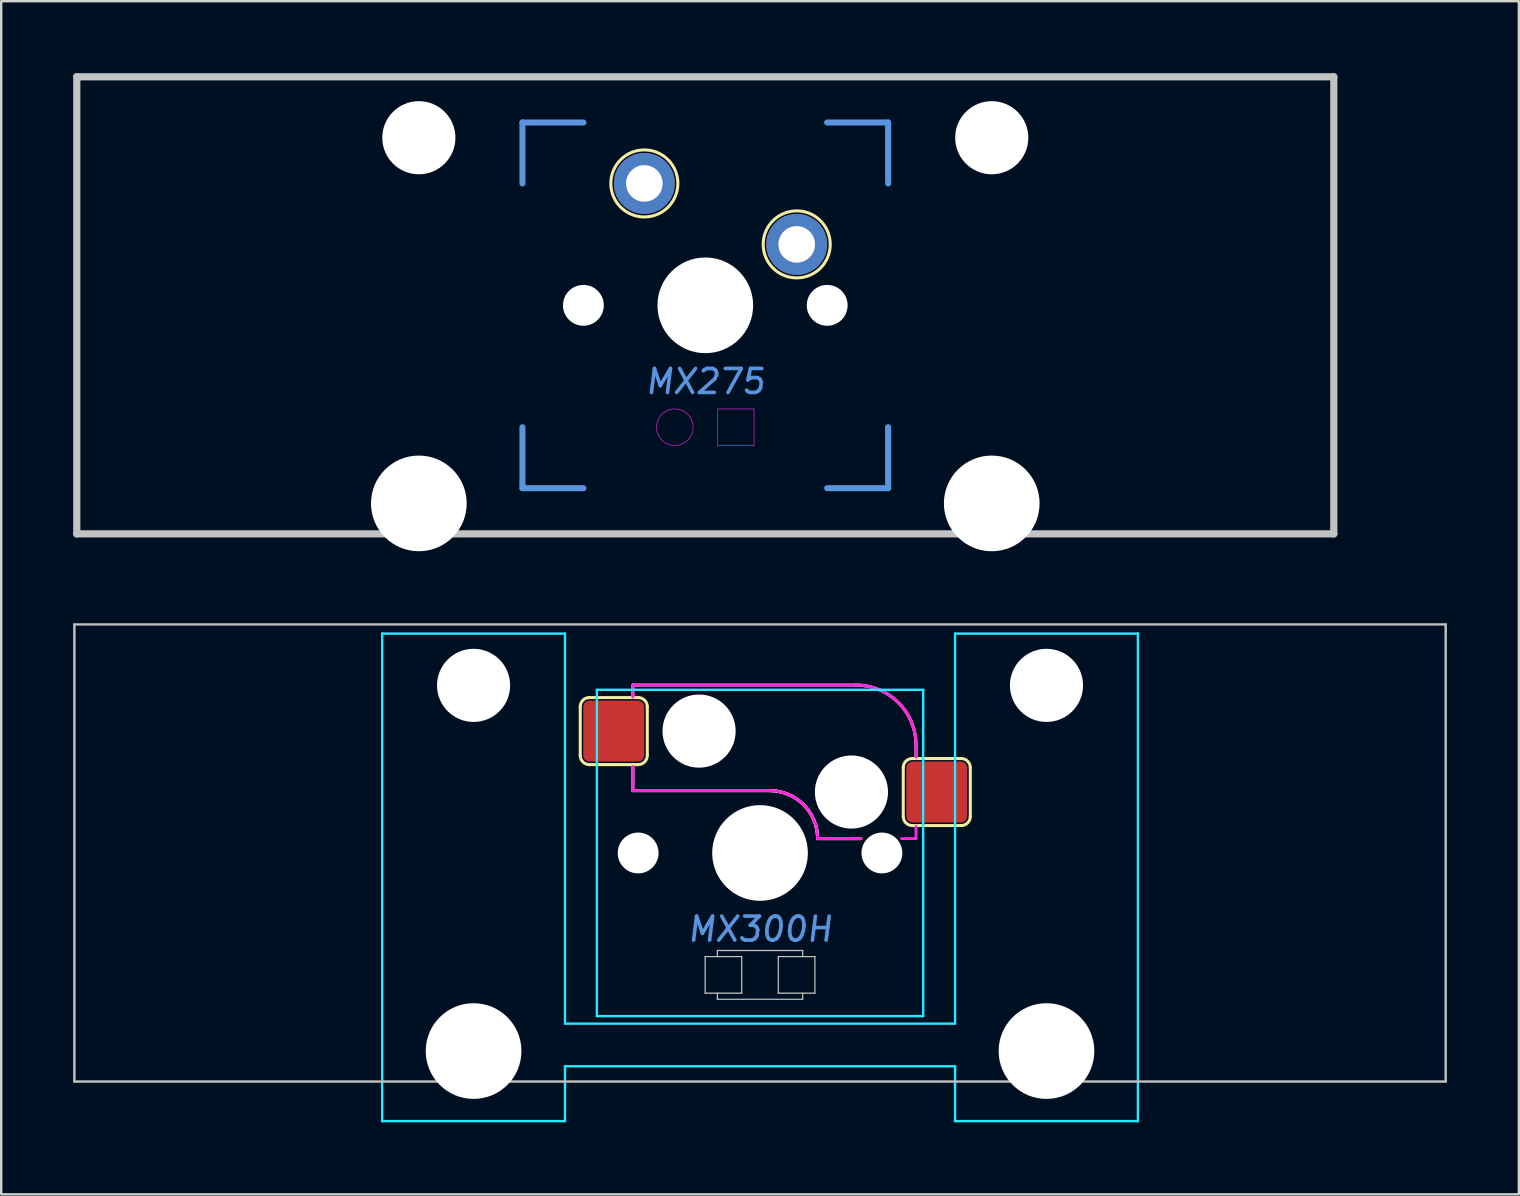
<source format=kicad_pcb>
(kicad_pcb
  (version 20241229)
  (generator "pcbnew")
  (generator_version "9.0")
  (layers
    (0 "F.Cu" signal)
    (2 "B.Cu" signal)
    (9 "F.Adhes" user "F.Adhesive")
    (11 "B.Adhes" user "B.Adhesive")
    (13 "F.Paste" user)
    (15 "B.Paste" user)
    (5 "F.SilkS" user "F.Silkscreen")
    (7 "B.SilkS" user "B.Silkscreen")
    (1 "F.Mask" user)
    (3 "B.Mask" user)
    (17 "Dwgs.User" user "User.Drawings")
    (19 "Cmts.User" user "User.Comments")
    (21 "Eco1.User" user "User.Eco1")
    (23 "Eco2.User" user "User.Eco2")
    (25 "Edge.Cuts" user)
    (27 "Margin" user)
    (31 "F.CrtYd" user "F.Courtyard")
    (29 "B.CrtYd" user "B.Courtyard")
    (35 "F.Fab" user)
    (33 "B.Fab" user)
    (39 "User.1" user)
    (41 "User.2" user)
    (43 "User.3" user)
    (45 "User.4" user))
  (footprint "MX300H"
    (layer "F.Cu")
    (at 28.625 32.499)
    (property "Reference" "MX300H" (at 0 3.175 0) (layer "Cmts.User") (effects (font (size 1 1) (thickness 0.15) (italic yes))))
    (attr through_hole)
    (fp_line (start -7.493 -6.096) (end -7.493 -4.064) (stroke (width 0.127) (type solid)) (layer "F.SilkS"))
    (fp_line (start -7.112 -3.683) (end -5.08 -3.683) (stroke (width 0.127) (type solid)) (layer "F.SilkS"))
    (fp_line (start -5.3 -7) (end -5.3 -6.5) (stroke (width 0.127) (type solid)) (layer "F.SilkS"))
    (fp_line (start -5.3 -3.6) (end -5.3 -2.6) (stroke (width 0.127) (type solid)) (layer "F.SilkS"))
    (fp_line (start -5.08 -6.477) (end -7.112 -6.477) (stroke (width 0.127) (type solid)) (layer "F.SilkS"))
    (fp_line (start -4.699 -4.064) (end -4.699 -6.096) (stroke (width 0.127) (type solid)) (layer "F.SilkS"))
    (fp_line (start 0.4 -2.6) (end -5.3 -2.6) (stroke (width 0.127) (type solid)) (layer "F.SilkS"))
    (fp_line (start 4 -7) (end -5.3 -7) (stroke (width 0.12) (type solid)) (layer "F.SilkS"))
    (fp_line (start 4.2 -0.6) (end 2.4 -0.6) (stroke (width 0.127) (type solid)) (layer "F.SilkS"))
    (fp_line (start 5.969 -3.556) (end 5.969 -1.524) (stroke (width 0.127) (type solid)) (layer "F.SilkS"))
    (fp_line (start 6.35 -1.143) (end 8.382 -1.143) (stroke (width 0.127) (type solid)) (layer "F.SilkS"))
    (fp_line (start 6.5 -4.5) (end 6.5 -4) (stroke (width 0.12) (type solid)) (layer "F.SilkS"))
    (fp_line (start 8.382 -3.937) (end 6.35 -3.937) (stroke (width 0.127) (type solid)) (layer "F.SilkS"))
    (fp_line (start 8.763 -1.524) (end 8.763 -3.556) (stroke (width 0.127) (type solid)) (layer "F.SilkS"))
    (fp_arc (start -7.493 -6.096) (mid -7.381408 -6.365408) (end -7.112 -6.477) (stroke (width 0.127) (type solid)) (layer "F.SilkS"))
    (fp_arc (start -7.112 -3.683) (mid -7.381408 -3.794592) (end -7.493 -4.064) (stroke (width 0.127) (type solid)) (layer "F.SilkS"))
    (fp_arc (start -5.08 -6.477) (mid -4.810592 -6.365408) (end -4.699 -6.096) (stroke (width 0.127) (type solid)) (layer "F.SilkS"))
    (fp_arc (start -4.699 -4.064) (mid -4.810592 -3.794592) (end -5.08 -3.683) (stroke (width 0.127) (type solid)) (layer "F.SilkS"))
    (fp_arc (start 0.4 -2.6) (mid 1.814214 -2.014214) (end 2.4 -0.6) (stroke (width 0.127) (type solid)) (layer "F.SilkS"))
    (fp_arc (start 0.4 -2.6) (mid 1.814214 -2.014214) (end 2.4 -0.6) (stroke (width 0.127) (type solid)) (layer "F.SilkS"))
    (fp_arc (start 4 -7) (mid 5.767767 -6.267767) (end 6.5 -4.5) (stroke (width 0.127) (type solid)) (layer "F.SilkS"))
    (fp_arc (start 5.969 -3.556) (mid 6.080592 -3.825408) (end 6.35 -3.937) (stroke (width 0.127) (type solid)) (layer "F.SilkS"))
    (fp_arc (start 6.35 -1.143) (mid 6.080592 -1.254592) (end 5.969 -1.524) (stroke (width 0.127) (type solid)) (layer "F.SilkS"))
    (fp_arc (start 8.382 -3.937) (mid 8.651408 -3.825408) (end 8.763 -3.556) (stroke (width 0.127) (type solid)) (layer "F.SilkS"))
    (fp_arc (start 8.763 -1.524) (mid 8.651408 -1.254592) (end 8.382 -1.143) (stroke (width 0.127) (type solid)) (layer "F.SilkS"))
    (fp_line (start -28.575 -9.525) (end -28.575 9.525) (stroke (width 0.1) (type solid)) (layer "Dwgs.User"))
    (fp_line (start -28.575 -9.525) (end 28.575 -9.525) (stroke (width 0.1) (type solid)) (layer "Dwgs.User"))
    (fp_line (start -28.575 9.525) (end 28.575 9.525) (stroke (width 0.1) (type solid)) (layer "Dwgs.User"))
    (fp_line (start -2.286 4.318) (end -0.762 4.318) (stroke (width 0.051) (type solid)) (layer "Dwgs.User"))
    (fp_line (start -2.286 5.842) (end -2.286 4.318) (stroke (width 0.051) (type solid)) (layer "Dwgs.User"))
    (fp_line (start -1.778 4.064) (end 1.778 4.064) (stroke (width 0.051) (type solid)) (layer "Dwgs.User"))
    (fp_line (start -1.778 4.318) (end -1.778 4.064) (stroke (width 0.051) (type solid)) (layer "Dwgs.User"))
    (fp_line (start -1.778 6.096) (end -1.778 5.842) (stroke (width 0.051) (type solid)) (layer "Dwgs.User"))
    (fp_line (start -0.762 4.318) (end -0.762 5.842) (stroke (width 0.051) (type solid)) (layer "Dwgs.User"))
    (fp_line (start -0.762 5.842) (end -2.286 5.842) (stroke (width 0.051) (type solid)) (layer "Dwgs.User"))
    (fp_line (start 0.762 4.318) (end 2.286 4.318) (stroke (width 0.051) (type solid)) (layer "Dwgs.User"))
    (fp_line (start 0.762 5.842) (end 0.762 4.318) (stroke (width 0.051) (type solid)) (layer "Dwgs.User"))
    (fp_line (start 1.778 4.064) (end 1.778 4.318) (stroke (width 0.051) (type solid)) (layer "Dwgs.User"))
    (fp_line (start 1.778 5.842) (end 1.778 6.096) (stroke (width 0.051) (type solid)) (layer "Dwgs.User"))
    (fp_line (start 1.778 6.096) (end -1.778 6.096) (stroke (width 0.051) (type solid)) (layer "Dwgs.User"))
    (fp_line (start 2.286 4.318) (end 2.286 5.842) (stroke (width 0.051) (type solid)) (layer "Dwgs.User"))
    (fp_line (start 2.286 5.842) (end 0.762 5.842) (stroke (width 0.051) (type solid)) (layer "Dwgs.User"))
    (fp_line (start 28.575 -9.525) (end 28.575 9.525) (stroke (width 0.1) (type solid)) (layer "Dwgs.User"))
    (fp_line (start -15.748 -9.144) (end -15.748 11.176) (stroke (width 0.1) (type solid)) (layer "B.CrtYd"))
    (fp_line (start -15.748 11.176) (end -8.128 11.176) (stroke (width 0.1) (type solid)) (layer "B.CrtYd"))
    (fp_line (start -8.128 -9.144) (end -15.748 -9.144) (stroke (width 0.1) (type solid)) (layer "B.CrtYd"))
    (fp_line (start -8.128 7.112) (end -8.128 -9.144) (stroke (width 0.1) (type solid)) (layer "B.CrtYd"))
    (fp_line (start -8.128 7.112) (end 8.128 7.112) (stroke (width 0.1) (type solid)) (layer "B.CrtYd"))
    (fp_line (start -8.128 8.89) (end -8.128 11.176) (stroke (width 0.1) (type solid)) (layer "B.CrtYd"))
    (fp_line (start -8.128 8.89) (end 8.128 8.89) (stroke (width 0.1) (type solid)) (layer "B.CrtYd"))
    (fp_line (start -6.8 -6.8) (end -6.8 6.8) (stroke (width 0.1) (type solid)) (layer "B.CrtYd"))
    (fp_line (start 6.8 -6.8) (end -6.8 -6.8) (stroke (width 0.1) (type solid)) (layer "B.CrtYd"))
    (fp_line (start 6.8 -6.8) (end 6.8 6.8) (stroke (width 0.1) (type solid)) (layer "B.CrtYd"))
    (fp_line (start 6.8 6.8) (end -6.8 6.8) (stroke (width 0.1) (type solid)) (layer "B.CrtYd"))
    (fp_line (start 8.128 -9.144) (end 15.748 -9.144) (stroke (width 0.1) (type solid)) (layer "B.CrtYd"))
    (fp_line (start 8.128 7.112) (end 8.128 -9.142) (stroke (width 0.1) (type solid)) (layer "B.CrtYd"))
    (fp_line (start 8.128 8.89) (end 8.128 11.176) (stroke (width 0.1) (type solid)) (layer "B.CrtYd"))
    (fp_line (start 15.748 11.176) (end 8.128 11.176) (stroke (width 0.1) (type solid)) (layer "B.CrtYd"))
    (fp_line (start 15.748 11.176) (end 15.748 -9.144) (stroke (width 0.1) (type solid)) (layer "B.CrtYd"))
    (fp_line (start -5.3 -7) (end -5.3 -6.5) (stroke (width 0.127) (type solid)) (layer "F.CrtYd"))
    (fp_line (start -5.3 -3.6) (end -5.3 -2.6) (stroke (width 0.127) (type solid)) (layer "F.CrtYd"))
    (fp_line (start -5.2 -7) (end -5.3 -7) (stroke (width 0.12) (type solid)) (layer "F.CrtYd"))
    (fp_line (start 0.4 -2.6) (end -5.3 -2.6) (stroke (width 0.127) (type solid)) (layer "F.CrtYd"))
    (fp_line (start 4 -7) (end -5.2 -7) (stroke (width 0.12) (type solid)) (layer "F.CrtYd"))
    (fp_line (start 4.2 -0.6) (end 2.4 -0.6) (stroke (width 0.127) (type solid)) (layer "F.CrtYd"))
    (fp_line (start 6.5 -4.5) (end 6.5 -4) (stroke (width 0.127) (type solid)) (layer "F.CrtYd"))
    (fp_line (start 6.5 -1.1) (end 6.5 -0.6) (stroke (width 0.12) (type solid)) (layer "F.CrtYd"))
    (fp_line (start 6.5 -0.6) (end 5.9 -0.6) (stroke (width 0.12) (type solid)) (layer "F.CrtYd"))
    (fp_arc (start 0.4 -2.6) (mid 1.814214 -2.014214) (end 2.4 -0.6) (stroke (width 0.127) (type solid)) (layer "F.CrtYd"))
    (fp_arc (start 4 -7) (mid 5.767767 -6.267767) (end 6.5 -4.5) (stroke (width 0.127) (type solid)) (layer "F.CrtYd"))
    (pad "" np_thru_hole circle (at -11.938 -6.985) (size 3.048 3.048) (drill 3.048) (layers "*.Cu" "*.Mask"))
    (pad "" np_thru_hole circle (at -11.938 8.255) (size 3.988 3.988) (drill 3.988) (layers "*.Cu" "*.Mask"))
    (pad "" np_thru_hole circle (at -5.08 0) (size 1.702 1.702) (drill 1.702) (layers "*.Cu" "*.Mask"))
    (pad "" np_thru_hole circle (at -2.54 -5.08) (size 3.048 3.048) (drill 3.048) (layers "*.Cu" "*.Mask"))
    (pad "" np_thru_hole circle (at 0 0) (size 3.988 3.988) (drill 3.988) (layers "*.Cu" "*.Mask"))
    (pad "" np_thru_hole circle (at 3.81 -2.54) (size 3.048 3.048) (drill 3.048) (layers "*.Cu" "*.Mask"))
    (pad "" np_thru_hole circle (at 5.08 0) (size 1.702 1.702) (drill 1.702) (layers "*.Cu" "*.Mask"))
    (pad "" np_thru_hole circle (at 11.938 -6.985) (size 3.048 3.048) (drill 3.048) (layers "*.Cu" "*.Mask"))
    (pad "" np_thru_hole circle (at 11.938 8.255) (size 3.988 3.988) (drill 3.988) (layers "*.Cu" "*.Mask"))
    (pad "1" smd roundrect (at -6.096 -5.08) (size 2.54 2.54) (layers "F.Cu" "F.Mask") (roundrect_rratio 0.1))
    (pad "2" smd roundrect (at 7.366 -2.54) (size 2.54 2.54) (layers "F.Cu" "F.Mask") (roundrect_rratio 0.1)))
  (footprint "MX275"
    (layer "F.Cu")
    (at 26.344 9.675)
    (property "Reference" "MX275" (at 0 3.175 0) (layer "Cmts.User") (effects (font (size 1 1) (thickness 0.15) (italic yes))))
    (attr through_hole)
    (fp_circle (center -2.54 -5.08) (end -1.143 -5.08) (stroke (width 0.127) (type solid)) (fill no) (layer "F.SilkS"))
    (fp_circle (center 3.81 -2.54) (end 5.207 -2.54) (stroke (width 0.127) (type solid)) (fill no) (layer "F.SilkS"))
    (fp_line (start -26.194 -9.525) (end -26.194 9.525) (stroke (width 0.3) (type solid)) (layer "Dwgs.User"))
    (fp_line (start -26.194 -9.525) (end 26.194 -9.525) (stroke (width 0.3) (type solid)) (layer "Dwgs.User"))
    (fp_line (start -26.194 9.525) (end 26.194 9.525) (stroke (width 0.3) (type solid)) (layer "Dwgs.User"))
    (fp_line (start 26.194 -9.525) (end 26.194 9.525) (stroke (width 0.3) (type solid)) (layer "Dwgs.User"))
    (fp_line (start -7.62 -7.62) (end -7.62 -5.08) (stroke (width 0.254) (type solid)) (layer "Cmts.User"))
    (fp_line (start -7.62 -7.62) (end -5.08 -7.62) (stroke (width 0.254) (type solid)) (layer "Cmts.User"))
    (fp_line (start -7.62 7.62) (end -7.62 5.08) (stroke (width 0.254) (type solid)) (layer "Cmts.User"))
    (fp_line (start -7.62 7.62) (end -5.08 7.62) (stroke (width 0.254) (type solid)) (layer "Cmts.User"))
    (fp_line (start 7.62 -7.62) (end 5.08 -7.62) (stroke (width 0.254) (type solid)) (layer "Cmts.User"))
    (fp_line (start 7.62 -7.62) (end 7.62 -5.08) (stroke (width 0.254) (type solid)) (layer "Cmts.User"))
    (fp_line (start 7.62 7.62) (end 5.08 7.62) (stroke (width 0.254) (type solid)) (layer "Cmts.User"))
    (fp_line (start 7.62 7.62) (end 7.62 5.08) (stroke (width 0.254) (type solid)) (layer "Cmts.User"))
    (fp_line (start 0.508 4.318) (end 2.032 4.318) (stroke (width 0.025) (type solid)) (layer "F.CrtYd"))
    (fp_line (start 0.508 5.842) (end 0.508 4.318) (stroke (width 0.025) (type solid)) (layer "F.CrtYd"))
    (fp_line (start 2.032 4.318) (end 2.032 5.842) (stroke (width 0.025) (type solid)) (layer "F.CrtYd"))
    (fp_line (start 2.032 5.842) (end 0.508 5.842) (stroke (width 0.025) (type solid)) (layer "F.CrtYd"))
    (fp_circle (center -1.27 5.08) (end -0.508 5.08) (stroke (width 0.025) (type solid)) (fill no) (layer "F.CrtYd"))
    (pad "" np_thru_hole circle (at -11.938 -6.985) (size 3.048 3.048) (drill 3.048) (layers "*.Cu" "*.Mask"))
    (pad "" np_thru_hole circle (at -11.938 8.255) (size 3.988 3.988) (drill 3.988) (layers "*.Cu" "*.Mask"))
    (pad "" np_thru_hole circle (at -5.08 0) (size 1.702 1.702) (drill 1.702) (layers "*.Cu" "*.Mask"))
    (pad "" np_thru_hole circle (at 0 0) (size 3.988 3.988) (drill 3.988) (layers "*.Cu" "*.Mask"))
    (pad "" np_thru_hole circle (at 5.08 0) (size 1.702 1.702) (drill 1.702) (layers "*.Cu" "*.Mask"))
    (pad "" np_thru_hole circle (at 11.938 -6.985) (size 3.048 3.048) (drill 3.048) (layers "*.Cu" "*.Mask"))
    (pad "" np_thru_hole circle (at 11.938 8.255) (size 3.988 3.988) (drill 3.988) (layers "*.Cu" "*.Mask"))
    (pad "1" thru_hole circle (at -2.54 -5.08) (size 2.54 2.54) (drill 1.524) (layers "*.Cu" "*.Mask"))
    (pad "2" thru_hole circle (at 3.81 -2.54) (size 2.54 2.54) (drill 1.524) (layers "*.Cu" "*.Mask")))
  (gr_rect
    (start -3 -3)
    (end 60.25 46.725)
    (stroke (width 0.1) (type default))
    (fill no)
    (layer "Edge.Cuts")))
</source>
